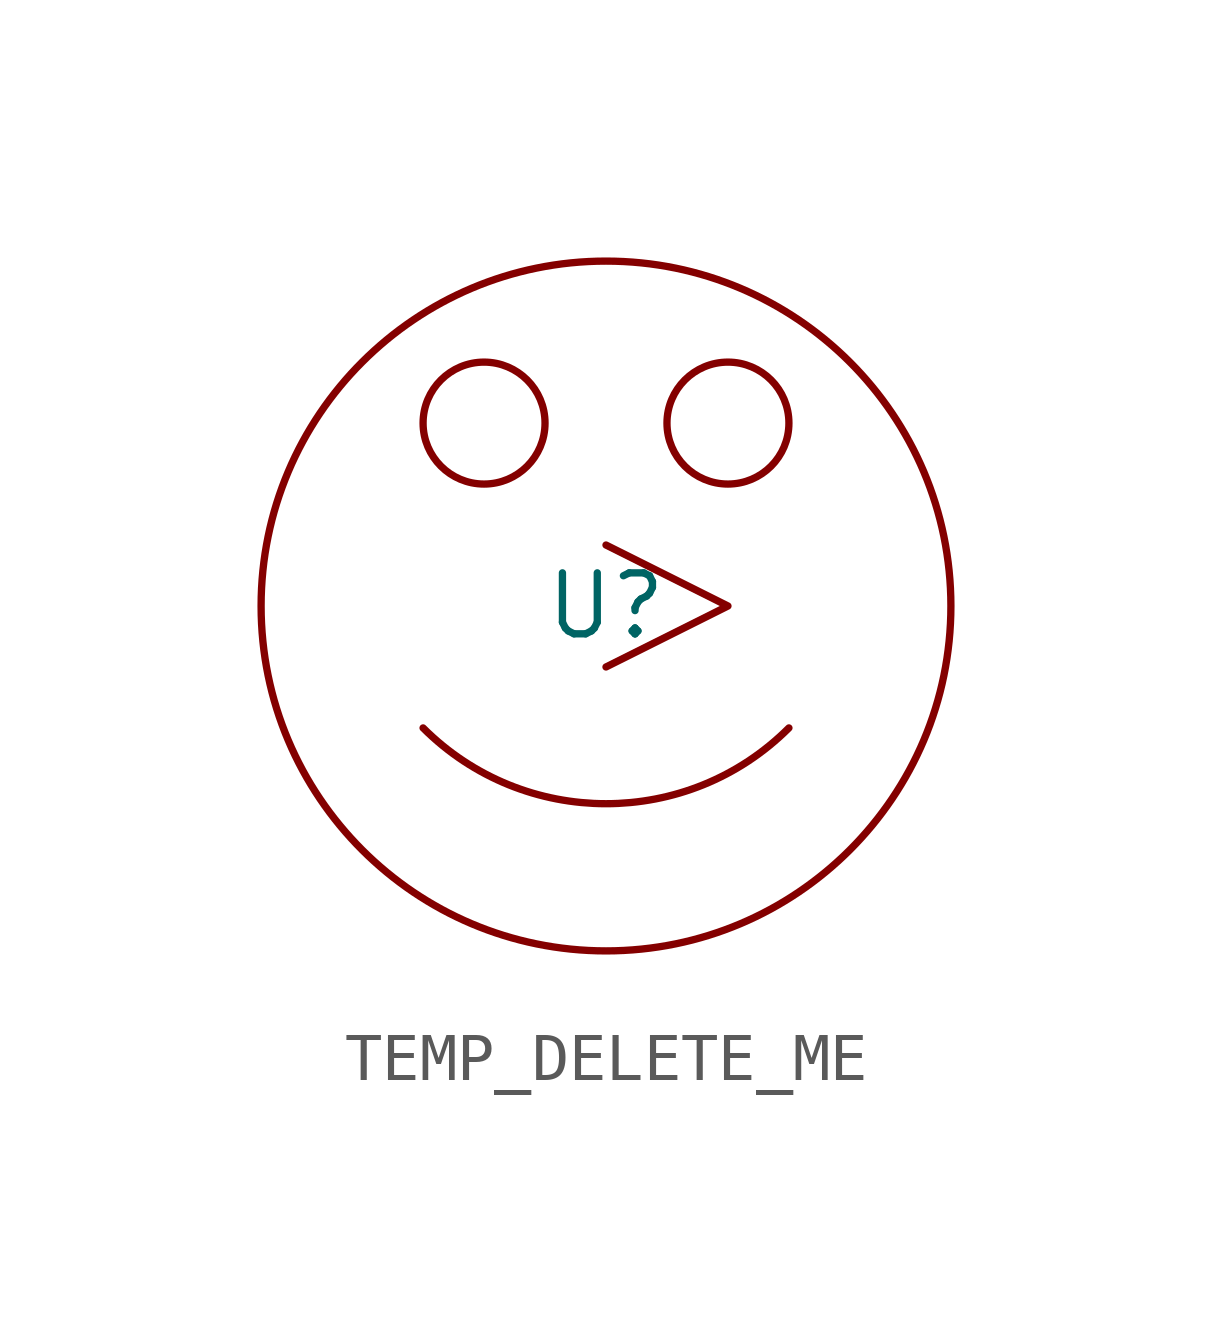
<source format=kicad_sym>
(kicad_symbol_lib
  (version 20241209)
  (generator "kicad_symbol_editor")
  (generator_version "9.0")
  (symbol "TEMP_DELETE_ME"
    (property "Reference" "U"
      (at 0 0 0)
      (effects (font (size 1.27 1.27))))
    (property "Value" ""
      (at 0 0 0)
      (effects (font (size 1.27 1.27))))
    (symbol "TEMP_DELETE_ME_0_1"
      (circle (center -2.54 3.81) (radius 1.27) (stroke (width 0) (type default)) (fill (type none)))
      (polyline (pts (xy 0 1.27) (xy 2.54 0) (xy 0 -1.27)) (stroke (width 0) (type default)) (fill (type none)))
      (arc (start 3.81 -2.54) (mid 0 -4.1182) (end -3.81 -2.54) (stroke (width 0) (type default)) (fill (type none)))
      (circle (center 0 0) (radius 7.184) (stroke (width 0) (type default)) (fill (type none)))
      (circle (center 2.54 3.81) (radius 1.27) (stroke (width 0) (type default)) (fill (type none))))))
</source>
